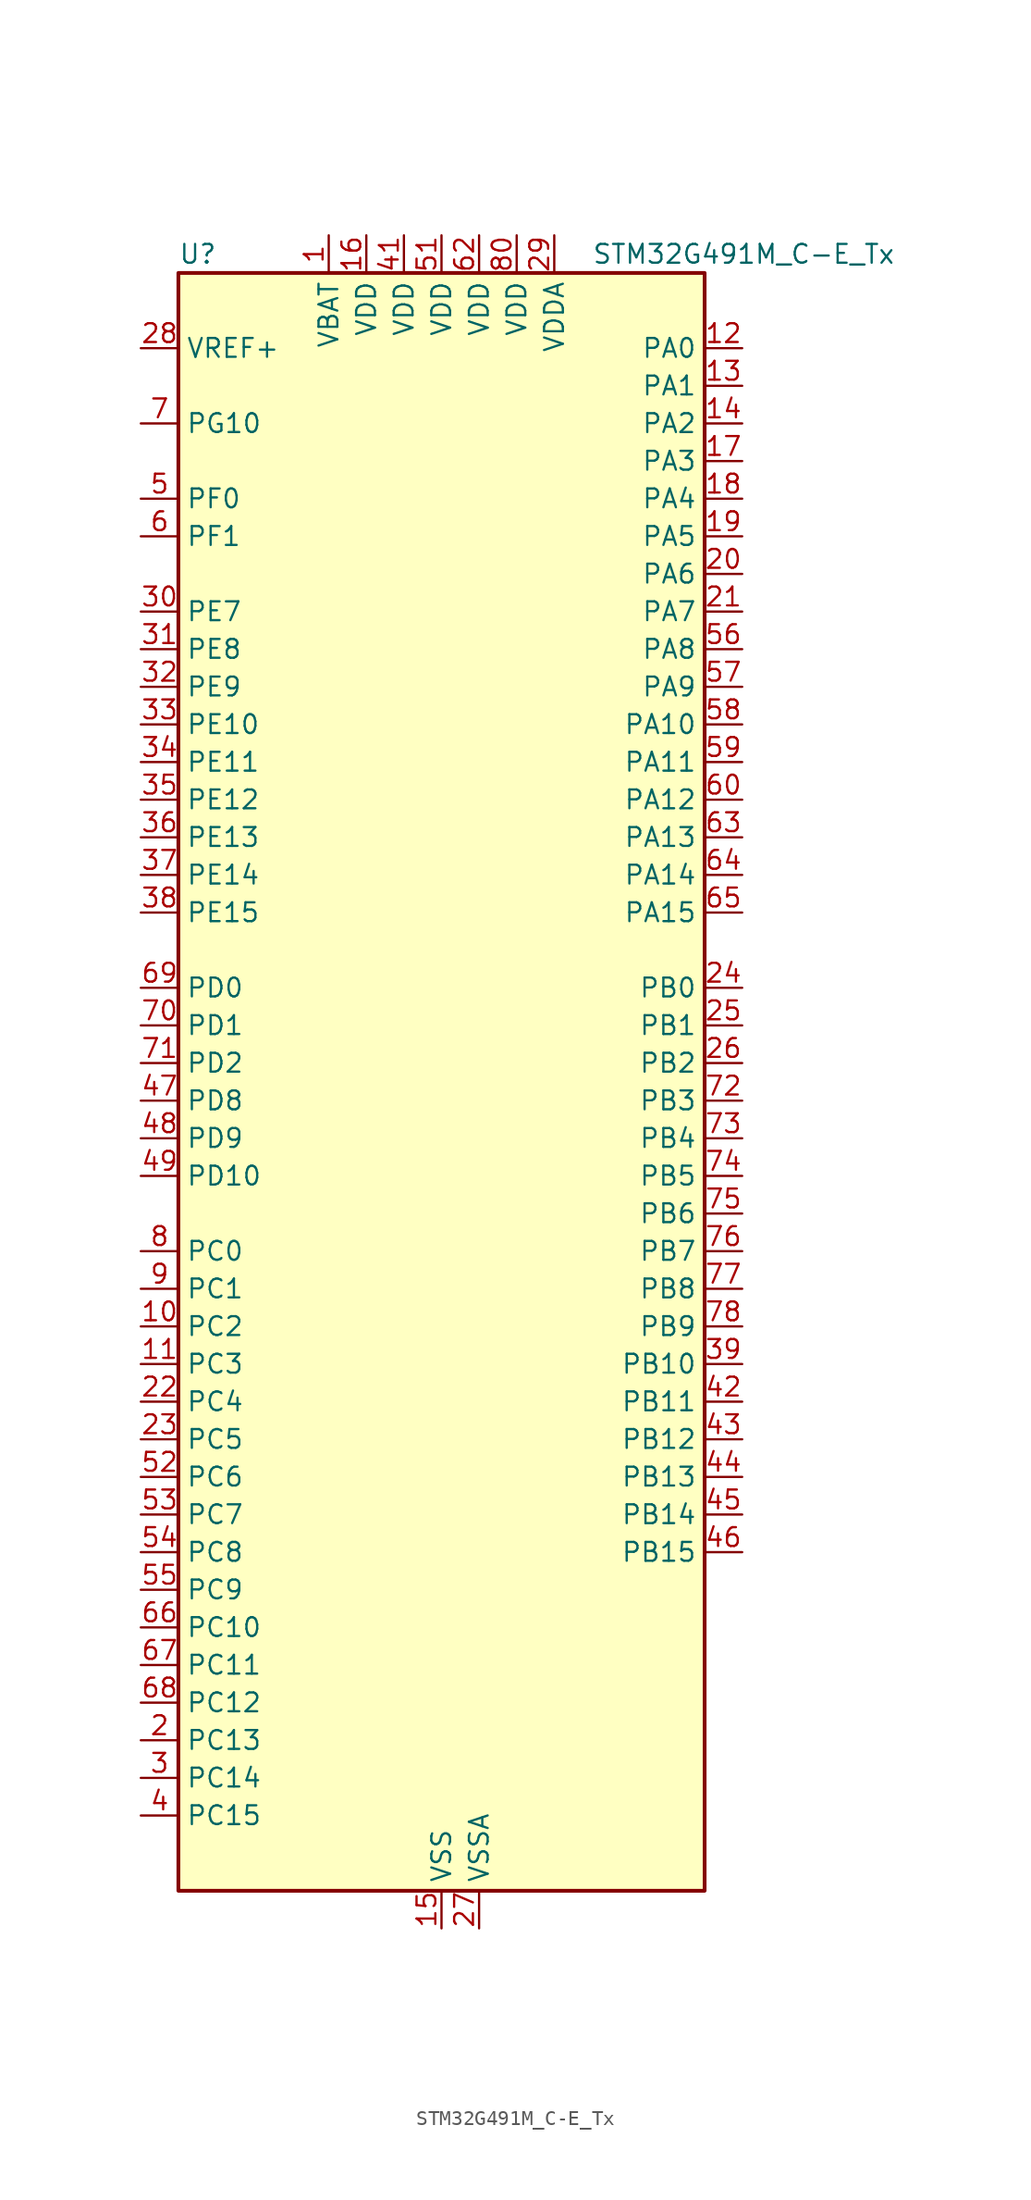
<source format=kicad_sym>
(kicad_symbol_lib
  (version 20241209)
  (generator "kicad_symbol_editor")
  (generator_version "9.0")
  (symbol "STM32G491M_C-E_Tx"
    (property "Reference" "U"
      (at -17.78 57.15 0)
      (effects (font (size 1.27 1.27)) (justify left)))
    (property "Value" "STM32G491M_C-E_Tx"
      (at 10.16 57.15 0)
      (effects (font (size 1.27 1.27)) (justify left)))
    (symbol "STM32G491M_C-E_Tx_0_1"
      (rectangle (start -17.78 -53.34) (end 17.78 55.88) (stroke (width 0.254) (type default)) (fill (type background))))
    (symbol "STM32G491M_C-E_Tx_1_1"
      (pin input line (at -20.32 50.8 0) (length 2.54) (name "VREF+" (effects (font (size 1.27 1.27)))) (number "28" (effects (font (size 1.27 1.27)))) (alternate "VREFBUF_OUT" bidirectional line))
      (pin bidirectional line (at -20.32 45.72 0) (length 2.54) (name "PG10" (effects (font (size 1.27 1.27)))) (number "7" (effects (font (size 1.27 1.27)))) (alternate "DAC1_EXTI10" bidirectional line) (alternate "DAC3_EXTI10" bidirectional line) (alternate "RCC_MCO" bidirectional line))
      (pin bidirectional line (at -20.32 40.64 0) (length 2.54) (name "PF0" (effects (font (size 1.27 1.27)))) (number "5" (effects (font (size 1.27 1.27)))) (alternate "ADC1_IN10" bidirectional line) (alternate "I2C2_SDA" bidirectional line) (alternate "I2S2_WS" bidirectional line) (alternate "RCC_OSC_IN" bidirectional line) (alternate "SPI2_NSS" bidirectional line) (alternate "TIM1_CH3N" bidirectional line))
      (pin bidirectional line (at -20.32 38.1 0) (length 2.54) (name "PF1" (effects (font (size 1.27 1.27)))) (number "6" (effects (font (size 1.27 1.27)))) (alternate "ADC2_IN10" bidirectional line) (alternate "COMP3_INM" bidirectional line) (alternate "I2S2_CK" bidirectional line) (alternate "RCC_OSC_OUT" bidirectional line) (alternate "SPI2_SCK" bidirectional line))
      (pin bidirectional line (at -20.32 33.02 0) (length 2.54) (name "PE7" (effects (font (size 1.27 1.27)))) (number "30" (effects (font (size 1.27 1.27)))) (alternate "ADC3_IN4" bidirectional line) (alternate "COMP4_INP" bidirectional line) (alternate "SAI1_SD_B" bidirectional line) (alternate "TIM1_ETR" bidirectional line))
      (pin bidirectional line (at -20.32 30.48 0) (length 2.54) (name "PE8" (effects (font (size 1.27 1.27)))) (number "31" (effects (font (size 1.27 1.27)))) (alternate "ADC3_IN6" bidirectional line) (alternate "COMP4_INM" bidirectional line) (alternate "SAI1_SCK_B" bidirectional line) (alternate "TIM1_CH1N" bidirectional line))
      (pin bidirectional line (at -20.32 27.94 0) (length 2.54) (name "PE9" (effects (font (size 1.27 1.27)))) (number "32" (effects (font (size 1.27 1.27)))) (alternate "ADC3_IN2" bidirectional line) (alternate "DAC1_EXTI9" bidirectional line) (alternate "DAC3_EXTI9" bidirectional line) (alternate "SAI1_FS_B" bidirectional line) (alternate "TIM1_CH1" bidirectional line))
      (pin bidirectional line (at -20.32 25.4 0) (length 2.54) (name "PE10" (effects (font (size 1.27 1.27)))) (number "33" (effects (font (size 1.27 1.27)))) (alternate "ADC3_IN14" bidirectional line) (alternate "DAC1_EXTI10" bidirectional line) (alternate "DAC3_EXTI10" bidirectional line) (alternate "QUADSPI1_CLK" bidirectional line) (alternate "SAI1_MCLK_B" bidirectional line) (alternate "TIM1_CH2N" bidirectional line))
      (pin bidirectional line (at -20.32 22.86 0) (length 2.54) (name "PE11" (effects (font (size 1.27 1.27)))) (number "34" (effects (font (size 1.27 1.27)))) (alternate "ADC1_EXTI11" bidirectional line) (alternate "ADC2_EXTI11" bidirectional line) (alternate "ADC3_IN15" bidirectional line) (alternate "QUADSPI1_BK1_NCS" bidirectional line) (alternate "TIM1_CH2" bidirectional line))
      (pin bidirectional line (at -20.32 20.32 0) (length 2.54) (name "PE12" (effects (font (size 1.27 1.27)))) (number "35" (effects (font (size 1.27 1.27)))) (alternate "ADC3_IN16" bidirectional line) (alternate "QUADSPI1_BK1_IO0" bidirectional line) (alternate "TIM1_CH3N" bidirectional line))
      (pin bidirectional line (at -20.32 17.78 0) (length 2.54) (name "PE13" (effects (font (size 1.27 1.27)))) (number "36" (effects (font (size 1.27 1.27)))) (alternate "ADC3_IN3" bidirectional line) (alternate "QUADSPI1_BK1_IO1" bidirectional line) (alternate "TIM1_CH3" bidirectional line))
      (pin bidirectional line (at -20.32 15.24 0) (length 2.54) (name "PE14" (effects (font (size 1.27 1.27)))) (number "37" (effects (font (size 1.27 1.27)))) (alternate "QUADSPI1_BK1_IO2" bidirectional line) (alternate "TIM1_BKIN2" bidirectional line) (alternate "TIM1_CH4" bidirectional line))
      (pin bidirectional line (at -20.32 12.7 0) (length 2.54) (name "PE15" (effects (font (size 1.27 1.27)))) (number "38" (effects (font (size 1.27 1.27)))) (alternate "ADC1_EXTI15" bidirectional line) (alternate "ADC2_EXTI15" bidirectional line) (alternate "QUADSPI1_BK1_IO3" bidirectional line) (alternate "TIM1_BKIN" bidirectional line) (alternate "TIM1_CH4N" bidirectional line) (alternate "USART3_RX" bidirectional line))
      (pin bidirectional line (at -20.32 7.62 0) (length 2.54) (name "PD0" (effects (font (size 1.27 1.27)))) (number "69" (effects (font (size 1.27 1.27)))) (alternate "FDCAN1_RX" bidirectional line) (alternate "TIM8_CH4N" bidirectional line))
      (pin bidirectional line (at -20.32 5.08 0) (length 2.54) (name "PD1" (effects (font (size 1.27 1.27)))) (number "70" (effects (font (size 1.27 1.27)))) (alternate "FDCAN1_TX" bidirectional line) (alternate "TIM8_BKIN2" bidirectional line) (alternate "TIM8_CH4" bidirectional line))
      (pin bidirectional line (at -20.32 2.54 0) (length 2.54) (name "PD2" (effects (font (size 1.27 1.27)))) (number "71" (effects (font (size 1.27 1.27)))) (alternate "ADC3_EXTI2" bidirectional line) (alternate "TIM3_ETR" bidirectional line) (alternate "TIM8_BKIN" bidirectional line) (alternate "UART5_RX" bidirectional line))
      (pin bidirectional line (at -20.32 0 0) (length 2.54) (name "PD8" (effects (font (size 1.27 1.27)))) (number "47" (effects (font (size 1.27 1.27)))) (alternate "USART3_TX" bidirectional line))
      (pin bidirectional line (at -20.32 -2.54 0) (length 2.54) (name "PD9" (effects (font (size 1.27 1.27)))) (number "48" (effects (font (size 1.27 1.27)))) (alternate "DAC1_EXTI9" bidirectional line) (alternate "DAC3_EXTI9" bidirectional line) (alternate "OPAMP6_VINP" bidirectional line) (alternate "OPAMP6_VINP_SEC" bidirectional line) (alternate "USART3_RX" bidirectional line))
      (pin bidirectional line (at -20.32 -5.08 0) (length 2.54) (name "PD10" (effects (font (size 1.27 1.27)))) (number "49" (effects (font (size 1.27 1.27)))) (alternate "ADC3_IN7" bidirectional line) (alternate "DAC1_EXTI10" bidirectional line) (alternate "DAC3_EXTI10" bidirectional line) (alternate "USART3_CK" bidirectional line))
      (pin bidirectional line (at -20.32 -10.16 0) (length 2.54) (name "PC0" (effects (font (size 1.27 1.27)))) (number "8" (effects (font (size 1.27 1.27)))) (alternate "ADC1_IN6" bidirectional line) (alternate "ADC2_IN6" bidirectional line) (alternate "COMP3_INM" bidirectional line) (alternate "LPTIM1_IN1" bidirectional line) (alternate "LPUART1_RX" bidirectional line) (alternate "TIM1_CH1" bidirectional line))
      (pin bidirectional line (at -20.32 -12.7 0) (length 2.54) (name "PC1" (effects (font (size 1.27 1.27)))) (number "9" (effects (font (size 1.27 1.27)))) (alternate "ADC1_IN7" bidirectional line) (alternate "ADC2_IN7" bidirectional line) (alternate "COMP3_INP" bidirectional line) (alternate "LPTIM1_OUT" bidirectional line) (alternate "LPUART1_TX" bidirectional line) (alternate "QUADSPI1_BK2_IO0" bidirectional line) (alternate "SAI1_SD_A" bidirectional line) (alternate "TIM1_CH2" bidirectional line))
      (pin bidirectional line (at -20.32 -15.24 0) (length 2.54) (name "PC2" (effects (font (size 1.27 1.27)))) (number "10" (effects (font (size 1.27 1.27)))) (alternate "ADC1_IN8" bidirectional line) (alternate "ADC2_IN8" bidirectional line) (alternate "ADC3_EXTI2" bidirectional line) (alternate "COMP3_OUT" bidirectional line) (alternate "LPTIM1_IN2" bidirectional line) (alternate "QUADSPI1_BK2_IO1" bidirectional line) (alternate "TIM1_CH3" bidirectional line) (alternate "TIM20_CH2" bidirectional line))
      (pin bidirectional line (at -20.32 -17.78 0) (length 2.54) (name "PC3" (effects (font (size 1.27 1.27)))) (number "11" (effects (font (size 1.27 1.27)))) (alternate "ADC1_IN9" bidirectional line) (alternate "ADC2_IN9" bidirectional line) (alternate "ADC3_EXTI3" bidirectional line) (alternate "LPTIM1_ETR" bidirectional line) (alternate "QUADSPI1_BK2_IO2" bidirectional line) (alternate "SAI1_D1" bidirectional line) (alternate "SAI1_SD_A" bidirectional line) (alternate "TIM1_BKIN2" bidirectional line) (alternate "TIM1_CH4" bidirectional line))
      (pin bidirectional line (at -20.32 -20.32 0) (length 2.54) (name "PC4" (effects (font (size 1.27 1.27)))) (number "22" (effects (font (size 1.27 1.27)))) (alternate "ADC2_IN5" bidirectional line) (alternate "I2C2_SCL" bidirectional line) (alternate "QUADSPI1_BK2_IO3" bidirectional line) (alternate "TIM1_ETR" bidirectional line) (alternate "USART1_TX" bidirectional line))
      (pin bidirectional line (at -20.32 -22.86 0) (length 2.54) (name "PC5" (effects (font (size 1.27 1.27)))) (number "23" (effects (font (size 1.27 1.27)))) (alternate "ADC2_IN11" bidirectional line) (alternate "OPAMP1_VINM" bidirectional line) (alternate "OPAMP1_VINM1" bidirectional line) (alternate "OPAMP1_VINM_SEC" bidirectional line) (alternate "OPAMP2_VINM" bidirectional line) (alternate "OPAMP2_VINM1" bidirectional line) (alternate "OPAMP2_VINM_SEC" bidirectional line) (alternate "SAI1_D3" bidirectional line) (alternate "SYS_WKUP5" bidirectional line) (alternate "TIM15_BKIN" bidirectional line) (alternate "TIM1_CH4N" bidirectional line) (alternate "USART1_RX" bidirectional line))
      (pin bidirectional line (at -20.32 -25.4 0) (length 2.54) (name "PC6" (effects (font (size 1.27 1.27)))) (number "52" (effects (font (size 1.27 1.27)))) (alternate "I2S2_MCK" bidirectional line) (alternate "TIM3_CH1" bidirectional line) (alternate "TIM8_CH1" bidirectional line))
      (pin bidirectional line (at -20.32 -27.94 0) (length 2.54) (name "PC7" (effects (font (size 1.27 1.27)))) (number "53" (effects (font (size 1.27 1.27)))) (alternate "I2S3_MCK" bidirectional line) (alternate "TIM3_CH2" bidirectional line) (alternate "TIM8_CH2" bidirectional line))
      (pin bidirectional line (at -20.32 -30.48 0) (length 2.54) (name "PC8" (effects (font (size 1.27 1.27)))) (number "54" (effects (font (size 1.27 1.27)))) (alternate "I2C3_SCL" bidirectional line) (alternate "TIM20_CH3" bidirectional line) (alternate "TIM3_CH3" bidirectional line) (alternate "TIM8_CH3" bidirectional line))
      (pin bidirectional line (at -20.32 -33.02 0) (length 2.54) (name "PC9" (effects (font (size 1.27 1.27)))) (number "55" (effects (font (size 1.27 1.27)))) (alternate "DAC1_EXTI9" bidirectional line) (alternate "DAC3_EXTI9" bidirectional line) (alternate "I2C3_SDA" bidirectional line) (alternate "I2S_CKIN" bidirectional line) (alternate "TIM3_CH4" bidirectional line) (alternate "TIM8_BKIN2" bidirectional line) (alternate "TIM8_CH4" bidirectional line))
      (pin bidirectional line (at -20.32 -35.56 0) (length 2.54) (name "PC10" (effects (font (size 1.27 1.27)))) (number "66" (effects (font (size 1.27 1.27)))) (alternate "DAC1_EXTI10" bidirectional line) (alternate "DAC3_EXTI10" bidirectional line) (alternate "I2S3_CK" bidirectional line) (alternate "SPI3_SCK" bidirectional line) (alternate "TIM8_CH1N" bidirectional line) (alternate "UART4_TX" bidirectional line) (alternate "USART3_TX" bidirectional line))
      (pin bidirectional line (at -20.32 -38.1 0) (length 2.54) (name "PC11" (effects (font (size 1.27 1.27)))) (number "67" (effects (font (size 1.27 1.27)))) (alternate "ADC1_EXTI11" bidirectional line) (alternate "ADC2_EXTI11" bidirectional line) (alternate "I2C3_SDA" bidirectional line) (alternate "SPI3_MISO" bidirectional line) (alternate "TIM8_CH2N" bidirectional line) (alternate "UART4_RX" bidirectional line) (alternate "USART3_RX" bidirectional line))
      (pin bidirectional line (at -20.32 -40.64 0) (length 2.54) (name "PC12" (effects (font (size 1.27 1.27)))) (number "68" (effects (font (size 1.27 1.27)))) (alternate "I2S3_SD" bidirectional line) (alternate "SPI3_MOSI" bidirectional line) (alternate "TIM8_CH3N" bidirectional line) (alternate "UART5_TX" bidirectional line) (alternate "UCPD1_FRSTX1" bidirectional line) (alternate "UCPD1_FRSTX2" bidirectional line) (alternate "USART3_CK" bidirectional line))
      (pin bidirectional line (at -20.32 -43.18 0) (length 2.54) (name "PC13" (effects (font (size 1.27 1.27)))) (number "2" (effects (font (size 1.27 1.27)))) (alternate "RTC_OUT1" bidirectional line) (alternate "RTC_TAMP1" bidirectional line) (alternate "RTC_TS" bidirectional line) (alternate "SYS_WKUP2" bidirectional line) (alternate "TIM1_BKIN" bidirectional line) (alternate "TIM1_CH1N" bidirectional line) (alternate "TIM8_CH4N" bidirectional line))
      (pin bidirectional line (at -20.32 -45.72 0) (length 2.54) (name "PC14" (effects (font (size 1.27 1.27)))) (number "3" (effects (font (size 1.27 1.27)))) (alternate "RCC_OSC32_IN" bidirectional line))
      (pin bidirectional line (at -20.32 -48.26 0) (length 2.54) (name "PC15" (effects (font (size 1.27 1.27)))) (number "4" (effects (font (size 1.27 1.27)))) (alternate "ADC1_EXTI15" bidirectional line) (alternate "ADC2_EXTI15" bidirectional line) (alternate "RCC_OSC32_OUT" bidirectional line))
      (pin power_in line (at -7.62 58.42 270) (length 2.54) (name "VBAT" (effects (font (size 1.27 1.27)))) (number "1" (effects (font (size 1.27 1.27)))))
      (pin power_in line (at -5.08 58.42 270) (length 2.54) (name "VDD" (effects (font (size 1.27 1.27)))) (number "16" (effects (font (size 1.27 1.27)))))
      (pin power_in line (at -2.54 58.42 270) (length 2.54) (name "VDD" (effects (font (size 1.27 1.27)))) (number "41" (effects (font (size 1.27 1.27)))))
      (pin power_in line (at 0 58.42 270) (length 2.54) (name "VDD" (effects (font (size 1.27 1.27)))) (number "51" (effects (font (size 1.27 1.27)))))
      (pin power_in line (at 0 -55.88 90) (length 2.54) (name "VSS" (effects (font (size 1.27 1.27)))) (number "15" (effects (font (size 1.27 1.27)))))
      (pin passive line (at 0 -55.88 90) (length 2.54) (hide yes) (name "VSS" (effects (font (size 1.27 1.27)))) (number "40" (effects (font (size 1.27 1.27)))))
      (pin passive line (at 0 -55.88 90) (length 2.54) (hide yes) (name "VSS" (effects (font (size 1.27 1.27)))) (number "50" (effects (font (size 1.27 1.27)))))
      (pin passive line (at 0 -55.88 90) (length 2.54) (hide yes) (name "VSS" (effects (font (size 1.27 1.27)))) (number "61" (effects (font (size 1.27 1.27)))))
      (pin passive line (at 0 -55.88 90) (length 2.54) (hide yes) (name "VSS" (effects (font (size 1.27 1.27)))) (number "79" (effects (font (size 1.27 1.27)))))
      (pin power_in line (at 2.54 58.42 270) (length 2.54) (name "VDD" (effects (font (size 1.27 1.27)))) (number "62" (effects (font (size 1.27 1.27)))))
      (pin power_in line (at 2.54 -55.88 90) (length 2.54) (name "VSSA" (effects (font (size 1.27 1.27)))) (number "27" (effects (font (size 1.27 1.27)))))
      (pin power_in line (at 5.08 58.42 270) (length 2.54) (name "VDD" (effects (font (size 1.27 1.27)))) (number "80" (effects (font (size 1.27 1.27)))))
      (pin power_in line (at 7.62 58.42 270) (length 2.54) (name "VDDA" (effects (font (size 1.27 1.27)))) (number "29" (effects (font (size 1.27 1.27)))))
      (pin bidirectional line (at 20.32 50.8 180) (length 2.54) (name "PA0" (effects (font (size 1.27 1.27)))) (number "12" (effects (font (size 1.27 1.27)))) (alternate "ADC1_IN1" bidirectional line) (alternate "ADC2_IN1" bidirectional line) (alternate "COMP1_INM" bidirectional line) (alternate "COMP1_OUT" bidirectional line) (alternate "COMP3_INP" bidirectional line) (alternate "RTC_TAMP2" bidirectional line) (alternate "SYS_WKUP1" bidirectional line) (alternate "TIM2_CH1" bidirectional line) (alternate "TIM2_ETR" bidirectional line) (alternate "TIM8_BKIN" bidirectional line) (alternate "TIM8_ETR" bidirectional line) (alternate "USART2_CTS" bidirectional line) (alternate "USART2_NSS" bidirectional line))
      (pin bidirectional line (at 20.32 48.26 180) (length 2.54) (name "PA1" (effects (font (size 1.27 1.27)))) (number "13" (effects (font (size 1.27 1.27)))) (alternate "ADC1_IN2" bidirectional line) (alternate "ADC2_IN2" bidirectional line) (alternate "COMP1_INP" bidirectional line) (alternate "OPAMP1_VINP" bidirectional line) (alternate "OPAMP1_VINP_SEC" bidirectional line) (alternate "OPAMP3_VINP" bidirectional line) (alternate "OPAMP3_VINP_SEC" bidirectional line) (alternate "OPAMP6_VINM" bidirectional line) (alternate "OPAMP6_VINM0" bidirectional line) (alternate "OPAMP6_VINM_SEC" bidirectional line) (alternate "RTC_REFIN" bidirectional line) (alternate "TIM15_CH1N" bidirectional line) (alternate "TIM2_CH2" bidirectional line) (alternate "USART2_DE" bidirectional line) (alternate "USART2_RTS" bidirectional line))
      (pin bidirectional line (at 20.32 45.72 180) (length 2.54) (name "PA2" (effects (font (size 1.27 1.27)))) (number "14" (effects (font (size 1.27 1.27)))) (alternate "ADC1_IN3" bidirectional line) (alternate "ADC3_EXTI2" bidirectional line) (alternate "COMP2_INM" bidirectional line) (alternate "COMP2_OUT" bidirectional line) (alternate "LPUART1_TX" bidirectional line) (alternate "OPAMP1_VOUT" bidirectional line) (alternate "QUADSPI1_BK1_NCS" bidirectional line) (alternate "RCC_LSCO" bidirectional line) (alternate "SYS_WKUP4" bidirectional line) (alternate "TIM15_CH1" bidirectional line) (alternate "TIM2_CH3" bidirectional line) (alternate "UCPD1_FRSTX1" bidirectional line) (alternate "UCPD1_FRSTX2" bidirectional line) (alternate "USART2_TX" bidirectional line))
      (pin bidirectional line (at 20.32 43.18 180) (length 2.54) (name "PA3" (effects (font (size 1.27 1.27)))) (number "17" (effects (font (size 1.27 1.27)))) (alternate "ADC1_IN4" bidirectional line) (alternate "ADC3_EXTI3" bidirectional line) (alternate "COMP2_INP" bidirectional line) (alternate "LPUART1_RX" bidirectional line) (alternate "OPAMP1_VINM" bidirectional line) (alternate "OPAMP1_VINM0" bidirectional line) (alternate "OPAMP1_VINM_SEC" bidirectional line) (alternate "OPAMP1_VINP" bidirectional line) (alternate "OPAMP1_VINP_SEC" bidirectional line) (alternate "QUADSPI1_CLK" bidirectional line) (alternate "SAI1_CK1" bidirectional line) (alternate "SAI1_MCLK_A" bidirectional line) (alternate "TIM15_CH2" bidirectional line) (alternate "TIM2_CH4" bidirectional line) (alternate "USART2_RX" bidirectional line))
      (pin bidirectional line (at 20.32 40.64 180) (length 2.54) (name "PA4" (effects (font (size 1.27 1.27)))) (number "18" (effects (font (size 1.27 1.27)))) (alternate "ADC2_IN17" bidirectional line) (alternate "COMP1_INM" bidirectional line) (alternate "DAC1_OUT1" bidirectional line) (alternate "I2S3_WS" bidirectional line) (alternate "SAI1_FS_B" bidirectional line) (alternate "SPI1_NSS" bidirectional line) (alternate "SPI3_NSS" bidirectional line) (alternate "TIM3_CH2" bidirectional line) (alternate "USART2_CK" bidirectional line))
      (pin bidirectional line (at 20.32 38.1 180) (length 2.54) (name "PA5" (effects (font (size 1.27 1.27)))) (number "19" (effects (font (size 1.27 1.27)))) (alternate "ADC2_IN13" bidirectional line) (alternate "COMP2_INM" bidirectional line) (alternate "DAC1_OUT2" bidirectional line) (alternate "OPAMP2_VINM" bidirectional line) (alternate "OPAMP2_VINM0" bidirectional line) (alternate "OPAMP2_VINM_SEC" bidirectional line) (alternate "SPI1_SCK" bidirectional line) (alternate "TIM2_CH1" bidirectional line) (alternate "TIM2_ETR" bidirectional line) (alternate "UCPD1_FRSTX1" bidirectional line) (alternate "UCPD1_FRSTX2" bidirectional line))
      (pin bidirectional line (at 20.32 35.56 180) (length 2.54) (name "PA6" (effects (font (size 1.27 1.27)))) (number "20" (effects (font (size 1.27 1.27)))) (alternate "ADC2_IN3" bidirectional line) (alternate "COMP1_OUT" bidirectional line) (alternate "LPUART1_CTS" bidirectional line) (alternate "OPAMP2_VOUT" bidirectional line) (alternate "QUADSPI1_BK1_IO3" bidirectional line) (alternate "SPI1_MISO" bidirectional line) (alternate "TIM16_CH1" bidirectional line) (alternate "TIM1_BKIN" bidirectional line) (alternate "TIM3_CH1" bidirectional line) (alternate "TIM8_BKIN" bidirectional line))
      (pin bidirectional line (at 20.32 33.02 180) (length 2.54) (name "PA7" (effects (font (size 1.27 1.27)))) (number "21" (effects (font (size 1.27 1.27)))) (alternate "ADC2_IN4" bidirectional line) (alternate "COMP2_INP" bidirectional line) (alternate "COMP2_OUT" bidirectional line) (alternate "OPAMP1_VINP" bidirectional line) (alternate "OPAMP1_VINP_SEC" bidirectional line) (alternate "OPAMP2_VINP" bidirectional line) (alternate "OPAMP2_VINP_SEC" bidirectional line) (alternate "QUADSPI1_BK1_IO2" bidirectional line) (alternate "SPI1_MOSI" bidirectional line) (alternate "TIM17_CH1" bidirectional line) (alternate "TIM1_CH1N" bidirectional line) (alternate "TIM3_CH2" bidirectional line) (alternate "TIM8_CH1N" bidirectional line) (alternate "UCPD1_FRSTX1" bidirectional line) (alternate "UCPD1_FRSTX2" bidirectional line))
      (pin bidirectional line (at 20.32 30.48 180) (length 2.54) (name "PA8" (effects (font (size 1.27 1.27)))) (number "56" (effects (font (size 1.27 1.27)))) (alternate "I2C2_SDA" bidirectional line) (alternate "I2C3_SCL" bidirectional line) (alternate "I2S2_MCK" bidirectional line) (alternate "RCC_MCO" bidirectional line) (alternate "SAI1_CK2" bidirectional line) (alternate "SAI1_SCK_A" bidirectional line) (alternate "TIM1_CH1" bidirectional line) (alternate "TIM4_ETR" bidirectional line) (alternate "USART1_CK" bidirectional line))
      (pin bidirectional line (at 20.32 27.94 180) (length 2.54) (name "PA9" (effects (font (size 1.27 1.27)))) (number "57" (effects (font (size 1.27 1.27)))) (alternate "DAC1_EXTI9" bidirectional line) (alternate "DAC3_EXTI9" bidirectional line) (alternate "I2C2_SCL" bidirectional line) (alternate "I2C3_SMBA" bidirectional line) (alternate "I2S3_MCK" bidirectional line) (alternate "SAI1_FS_A" bidirectional line) (alternate "TIM15_BKIN" bidirectional line) (alternate "TIM1_CH2" bidirectional line) (alternate "TIM2_CH3" bidirectional line) (alternate "UCPD1_DBCC1" bidirectional line) (alternate "USART1_TX" bidirectional line))
      (pin bidirectional line (at 20.32 25.4 180) (length 2.54) (name "PA10" (effects (font (size 1.27 1.27)))) (number "58" (effects (font (size 1.27 1.27)))) (alternate "CRS_SYNC" bidirectional line) (alternate "DAC1_EXTI10" bidirectional line) (alternate "DAC3_EXTI10" bidirectional line) (alternate "I2C2_SMBA" bidirectional line) (alternate "SAI1_D1" bidirectional line) (alternate "SAI1_SD_A" bidirectional line) (alternate "SPI2_MISO" bidirectional line) (alternate "TIM17_BKIN" bidirectional line) (alternate "TIM1_CH3" bidirectional line) (alternate "TIM2_CH4" bidirectional line) (alternate "TIM8_BKIN" bidirectional line) (alternate "UCPD1_DBCC2" bidirectional line) (alternate "USART1_RX" bidirectional line))
      (pin bidirectional line (at 20.32 22.86 180) (length 2.54) (name "PA11" (effects (font (size 1.27 1.27)))) (number "59" (effects (font (size 1.27 1.27)))) (alternate "ADC1_EXTI11" bidirectional line) (alternate "ADC2_EXTI11" bidirectional line) (alternate "COMP1_OUT" bidirectional line) (alternate "FDCAN1_RX" bidirectional line) (alternate "I2S2_SD" bidirectional line) (alternate "SPI2_MOSI" bidirectional line) (alternate "TIM1_BKIN2" bidirectional line) (alternate "TIM1_CH1N" bidirectional line) (alternate "TIM1_CH4" bidirectional line) (alternate "TIM4_CH1" bidirectional line) (alternate "USART1_CTS" bidirectional line) (alternate "USART1_NSS" bidirectional line) (alternate "USB_DM" bidirectional line))
      (pin bidirectional line (at 20.32 20.32 180) (length 2.54) (name "PA12" (effects (font (size 1.27 1.27)))) (number "60" (effects (font (size 1.27 1.27)))) (alternate "COMP2_OUT" bidirectional line) (alternate "FDCAN1_TX" bidirectional line) (alternate "I2S_CKIN" bidirectional line) (alternate "TIM16_CH1" bidirectional line) (alternate "TIM1_CH2N" bidirectional line) (alternate "TIM1_ETR" bidirectional line) (alternate "TIM4_CH2" bidirectional line) (alternate "USART1_DE" bidirectional line) (alternate "USART1_RTS" bidirectional line) (alternate "USB_DP" bidirectional line))
      (pin bidirectional line (at 20.32 17.78 180) (length 2.54) (name "PA13" (effects (font (size 1.27 1.27)))) (number "63" (effects (font (size 1.27 1.27)))) (alternate "I2C1_SCL" bidirectional line) (alternate "IR_OUT" bidirectional line) (alternate "SAI1_SD_B" bidirectional line) (alternate "SYS_JTMS-SWDIO" bidirectional line) (alternate "TIM16_CH1N" bidirectional line) (alternate "TIM4_CH3" bidirectional line) (alternate "USART3_CTS" bidirectional line) (alternate "USART3_NSS" bidirectional line))
      (pin bidirectional line (at 20.32 15.24 180) (length 2.54) (name "PA14" (effects (font (size 1.27 1.27)))) (number "64" (effects (font (size 1.27 1.27)))) (alternate "I2C1_SDA" bidirectional line) (alternate "LPTIM1_OUT" bidirectional line) (alternate "SAI1_FS_B" bidirectional line) (alternate "SYS_JTCK-SWCLK" bidirectional line) (alternate "TIM1_BKIN" bidirectional line) (alternate "TIM8_CH2" bidirectional line) (alternate "USART2_TX" bidirectional line))
      (pin bidirectional line (at 20.32 12.7 180) (length 2.54) (name "PA15" (effects (font (size 1.27 1.27)))) (number "65" (effects (font (size 1.27 1.27)))) (alternate "ADC1_EXTI15" bidirectional line) (alternate "ADC2_EXTI15" bidirectional line) (alternate "I2C1_SCL" bidirectional line) (alternate "I2S3_WS" bidirectional line) (alternate "SPI1_NSS" bidirectional line) (alternate "SPI3_NSS" bidirectional line) (alternate "SYS_JTDI" bidirectional line) (alternate "TIM1_BKIN" bidirectional line) (alternate "TIM20_ETR" bidirectional line) (alternate "TIM2_CH1" bidirectional line) (alternate "TIM2_ETR" bidirectional line) (alternate "TIM8_CH1" bidirectional line) (alternate "UART4_DE" bidirectional line) (alternate "UART4_RTS" bidirectional line) (alternate "USART2_RX" bidirectional line))
      (pin bidirectional line (at 20.32 7.62 180) (length 2.54) (name "PB0" (effects (font (size 1.27 1.27)))) (number "24" (effects (font (size 1.27 1.27)))) (alternate "ADC1_IN15" bidirectional line) (alternate "ADC3_IN12" bidirectional line) (alternate "COMP4_INP" bidirectional line) (alternate "OPAMP2_VINP" bidirectional line) (alternate "OPAMP2_VINP_SEC" bidirectional line) (alternate "OPAMP3_VINP" bidirectional line) (alternate "OPAMP3_VINP_SEC" bidirectional line) (alternate "QUADSPI1_BK1_IO1" bidirectional line) (alternate "TIM1_CH2N" bidirectional line) (alternate "TIM3_CH3" bidirectional line) (alternate "TIM8_CH2N" bidirectional line) (alternate "UCPD1_FRSTX1" bidirectional line) (alternate "UCPD1_FRSTX2" bidirectional line))
      (pin bidirectional line (at 20.32 5.08 180) (length 2.54) (name "PB1" (effects (font (size 1.27 1.27)))) (number "25" (effects (font (size 1.27 1.27)))) (alternate "ADC1_IN12" bidirectional line) (alternate "ADC3_IN1" bidirectional line) (alternate "COMP1_INP" bidirectional line) (alternate "COMP4_OUT" bidirectional line) (alternate "LPUART1_DE" bidirectional line) (alternate "LPUART1_RTS" bidirectional line) (alternate "OPAMP3_VOUT" bidirectional line) (alternate "OPAMP6_VINM" bidirectional line) (alternate "OPAMP6_VINM1" bidirectional line) (alternate "OPAMP6_VINM_SEC" bidirectional line) (alternate "QUADSPI1_BK1_IO0" bidirectional line) (alternate "TIM1_CH3N" bidirectional line) (alternate "TIM3_CH4" bidirectional line) (alternate "TIM8_CH3N" bidirectional line))
      (pin bidirectional line (at 20.32 2.54 180) (length 2.54) (name "PB2" (effects (font (size 1.27 1.27)))) (number "26" (effects (font (size 1.27 1.27)))) (alternate "ADC2_IN12" bidirectional line) (alternate "ADC3_EXTI2" bidirectional line) (alternate "COMP4_INM" bidirectional line) (alternate "I2C3_SMBA" bidirectional line) (alternate "LPTIM1_OUT" bidirectional line) (alternate "OPAMP3_VINM" bidirectional line) (alternate "OPAMP3_VINM0" bidirectional line) (alternate "OPAMP3_VINM_SEC" bidirectional line) (alternate "QUADSPI1_BK2_IO1" bidirectional line) (alternate "RTC_OUT2" bidirectional line) (alternate "TIM20_CH1" bidirectional line))
      (pin bidirectional line (at 20.32 0 180) (length 2.54) (name "PB3" (effects (font (size 1.27 1.27)))) (number "72" (effects (font (size 1.27 1.27)))) (alternate "ADC3_EXTI3" bidirectional line) (alternate "CRS_SYNC" bidirectional line) (alternate "I2S3_CK" bidirectional line) (alternate "SAI1_SCK_B" bidirectional line) (alternate "SPI1_SCK" bidirectional line) (alternate "SPI3_SCK" bidirectional line) (alternate "SYS_JTDO-SWO" bidirectional line) (alternate "TIM2_CH2" bidirectional line) (alternate "TIM3_ETR" bidirectional line) (alternate "TIM4_ETR" bidirectional line) (alternate "TIM8_CH1N" bidirectional line) (alternate "USART2_TX" bidirectional line))
      (pin bidirectional line (at 20.32 -2.54 180) (length 2.54) (name "PB4" (effects (font (size 1.27 1.27)))) (number "73" (effects (font (size 1.27 1.27)))) (alternate "SAI1_MCLK_B" bidirectional line) (alternate "SPI1_MISO" bidirectional line) (alternate "SPI3_MISO" bidirectional line) (alternate "SYS_JTRST" bidirectional line) (alternate "TIM16_CH1" bidirectional line) (alternate "TIM17_BKIN" bidirectional line) (alternate "TIM3_CH1" bidirectional line) (alternate "TIM8_CH2N" bidirectional line) (alternate "UART5_DE" bidirectional line) (alternate "UART5_RTS" bidirectional line) (alternate "UCPD1_CC2" bidirectional line) (alternate "USART2_RX" bidirectional line))
      (pin bidirectional line (at 20.32 -5.08 180) (length 2.54) (name "PB5" (effects (font (size 1.27 1.27)))) (number "74" (effects (font (size 1.27 1.27)))) (alternate "FDCAN2_RX" bidirectional line) (alternate "I2C1_SMBA" bidirectional line) (alternate "I2C3_SDA" bidirectional line) (alternate "I2S3_SD" bidirectional line) (alternate "LPTIM1_IN1" bidirectional line) (alternate "SAI1_SD_B" bidirectional line) (alternate "SPI1_MOSI" bidirectional line) (alternate "SPI3_MOSI" bidirectional line) (alternate "TIM16_BKIN" bidirectional line) (alternate "TIM17_CH1" bidirectional line) (alternate "TIM3_CH2" bidirectional line) (alternate "TIM8_CH3N" bidirectional line) (alternate "UART5_CTS" bidirectional line) (alternate "USART2_CK" bidirectional line))
      (pin bidirectional line (at 20.32 -7.62 180) (length 2.54) (name "PB6" (effects (font (size 1.27 1.27)))) (number "75" (effects (font (size 1.27 1.27)))) (alternate "COMP4_OUT" bidirectional line) (alternate "FDCAN2_TX" bidirectional line) (alternate "LPTIM1_ETR" bidirectional line) (alternate "SAI1_FS_B" bidirectional line) (alternate "TIM16_CH1N" bidirectional line) (alternate "TIM4_CH1" bidirectional line) (alternate "TIM8_BKIN2" bidirectional line) (alternate "TIM8_CH1" bidirectional line) (alternate "TIM8_ETR" bidirectional line) (alternate "UCPD1_CC1" bidirectional line) (alternate "USART1_TX" bidirectional line))
      (pin bidirectional line (at 20.32 -10.16 180) (length 2.54) (name "PB7" (effects (font (size 1.27 1.27)))) (number "76" (effects (font (size 1.27 1.27)))) (alternate "COMP3_OUT" bidirectional line) (alternate "I2C1_SDA" bidirectional line) (alternate "LPTIM1_IN2" bidirectional line) (alternate "SYS_PVD_IN" bidirectional line) (alternate "TIM17_CH1N" bidirectional line) (alternate "TIM3_CH4" bidirectional line) (alternate "TIM4_CH2" bidirectional line) (alternate "TIM8_BKIN" bidirectional line) (alternate "UART4_CTS" bidirectional line) (alternate "USART1_RX" bidirectional line))
      (pin bidirectional line (at 20.32 -12.7 180) (length 2.54) (name "PB8" (effects (font (size 1.27 1.27)))) (number "77" (effects (font (size 1.27 1.27)))) (alternate "COMP1_OUT" bidirectional line) (alternate "FDCAN1_RX" bidirectional line) (alternate "I2C1_SCL" bidirectional line) (alternate "SAI1_CK1" bidirectional line) (alternate "SAI1_MCLK_A" bidirectional line) (alternate "TIM16_CH1" bidirectional line) (alternate "TIM1_BKIN" bidirectional line) (alternate "TIM4_CH3" bidirectional line) (alternate "TIM8_CH2" bidirectional line) (alternate "USART3_RX" bidirectional line))
      (pin bidirectional line (at 20.32 -15.24 180) (length 2.54) (name "PB9" (effects (font (size 1.27 1.27)))) (number "78" (effects (font (size 1.27 1.27)))) (alternate "COMP2_OUT" bidirectional line) (alternate "DAC1_EXTI9" bidirectional line) (alternate "DAC3_EXTI9" bidirectional line) (alternate "FDCAN1_TX" bidirectional line) (alternate "I2C1_SDA" bidirectional line) (alternate "IR_OUT" bidirectional line) (alternate "SAI1_D2" bidirectional line) (alternate "SAI1_FS_A" bidirectional line) (alternate "TIM17_CH1" bidirectional line) (alternate "TIM1_CH3N" bidirectional line) (alternate "TIM4_CH4" bidirectional line) (alternate "TIM8_CH3" bidirectional line) (alternate "USART3_TX" bidirectional line))
      (pin bidirectional line (at 20.32 -17.78 180) (length 2.54) (name "PB10" (effects (font (size 1.27 1.27)))) (number "39" (effects (font (size 1.27 1.27)))) (alternate "DAC1_EXTI10" bidirectional line) (alternate "DAC3_EXTI10" bidirectional line) (alternate "LPUART1_RX" bidirectional line) (alternate "OPAMP3_VINM" bidirectional line) (alternate "OPAMP3_VINM1" bidirectional line) (alternate "OPAMP3_VINM_SEC" bidirectional line) (alternate "QUADSPI1_CLK" bidirectional line) (alternate "SAI1_SCK_A" bidirectional line) (alternate "TIM1_BKIN" bidirectional line) (alternate "TIM2_CH3" bidirectional line) (alternate "USART3_TX" bidirectional line))
      (pin bidirectional line (at 20.32 -20.32 180) (length 2.54) (name "PB11" (effects (font (size 1.27 1.27)))) (number "42" (effects (font (size 1.27 1.27)))) (alternate "ADC1_EXTI11" bidirectional line) (alternate "ADC1_IN14" bidirectional line) (alternate "ADC2_EXTI11" bidirectional line) (alternate "ADC2_IN14" bidirectional line) (alternate "LPUART1_TX" bidirectional line) (alternate "OPAMP6_VOUT" bidirectional line) (alternate "QUADSPI1_BK1_NCS" bidirectional line) (alternate "TIM2_CH4" bidirectional line) (alternate "USART3_RX" bidirectional line))
      (pin bidirectional line (at 20.32 -22.86 180) (length 2.54) (name "PB12" (effects (font (size 1.27 1.27)))) (number "43" (effects (font (size 1.27 1.27)))) (alternate "ADC1_IN11" bidirectional line) (alternate "FDCAN2_RX" bidirectional line) (alternate "I2C2_SMBA" bidirectional line) (alternate "I2S2_WS" bidirectional line) (alternate "LPUART1_DE" bidirectional line) (alternate "LPUART1_RTS" bidirectional line) (alternate "OPAMP6_VINP" bidirectional line) (alternate "OPAMP6_VINP_SEC" bidirectional line) (alternate "SPI2_NSS" bidirectional line) (alternate "TIM1_BKIN" bidirectional line) (alternate "USART3_CK" bidirectional line))
      (pin bidirectional line (at 20.32 -25.4 180) (length 2.54) (name "PB13" (effects (font (size 1.27 1.27)))) (number "44" (effects (font (size 1.27 1.27)))) (alternate "ADC3_IN5" bidirectional line) (alternate "FDCAN2_TX" bidirectional line) (alternate "I2S2_CK" bidirectional line) (alternate "LPUART1_CTS" bidirectional line) (alternate "OPAMP3_VINP" bidirectional line) (alternate "OPAMP3_VINP_SEC" bidirectional line) (alternate "OPAMP6_VINP" bidirectional line) (alternate "OPAMP6_VINP_SEC" bidirectional line) (alternate "SPI2_SCK" bidirectional line) (alternate "TIM1_CH1N" bidirectional line) (alternate "USART3_CTS" bidirectional line) (alternate "USART3_NSS" bidirectional line))
      (pin bidirectional line (at 20.32 -27.94 180) (length 2.54) (name "PB14" (effects (font (size 1.27 1.27)))) (number "45" (effects (font (size 1.27 1.27)))) (alternate "ADC1_IN5" bidirectional line) (alternate "COMP4_OUT" bidirectional line) (alternate "OPAMP2_VINP" bidirectional line) (alternate "OPAMP2_VINP_SEC" bidirectional line) (alternate "SPI2_MISO" bidirectional line) (alternate "TIM15_CH1" bidirectional line) (alternate "TIM1_CH2N" bidirectional line) (alternate "USART3_DE" bidirectional line) (alternate "USART3_RTS" bidirectional line))
      (pin bidirectional line (at 20.32 -30.48 180) (length 2.54) (name "PB15" (effects (font (size 1.27 1.27)))) (number "46" (effects (font (size 1.27 1.27)))) (alternate "ADC1_EXTI15" bidirectional line) (alternate "ADC2_EXTI15" bidirectional line) (alternate "ADC2_IN15" bidirectional line) (alternate "COMP3_OUT" bidirectional line) (alternate "I2S2_SD" bidirectional line) (alternate "RTC_REFIN" bidirectional line) (alternate "SPI2_MOSI" bidirectional line) (alternate "TIM15_CH1N" bidirectional line) (alternate "TIM15_CH2" bidirectional line) (alternate "TIM1_CH3N" bidirectional line)))))
</source>
